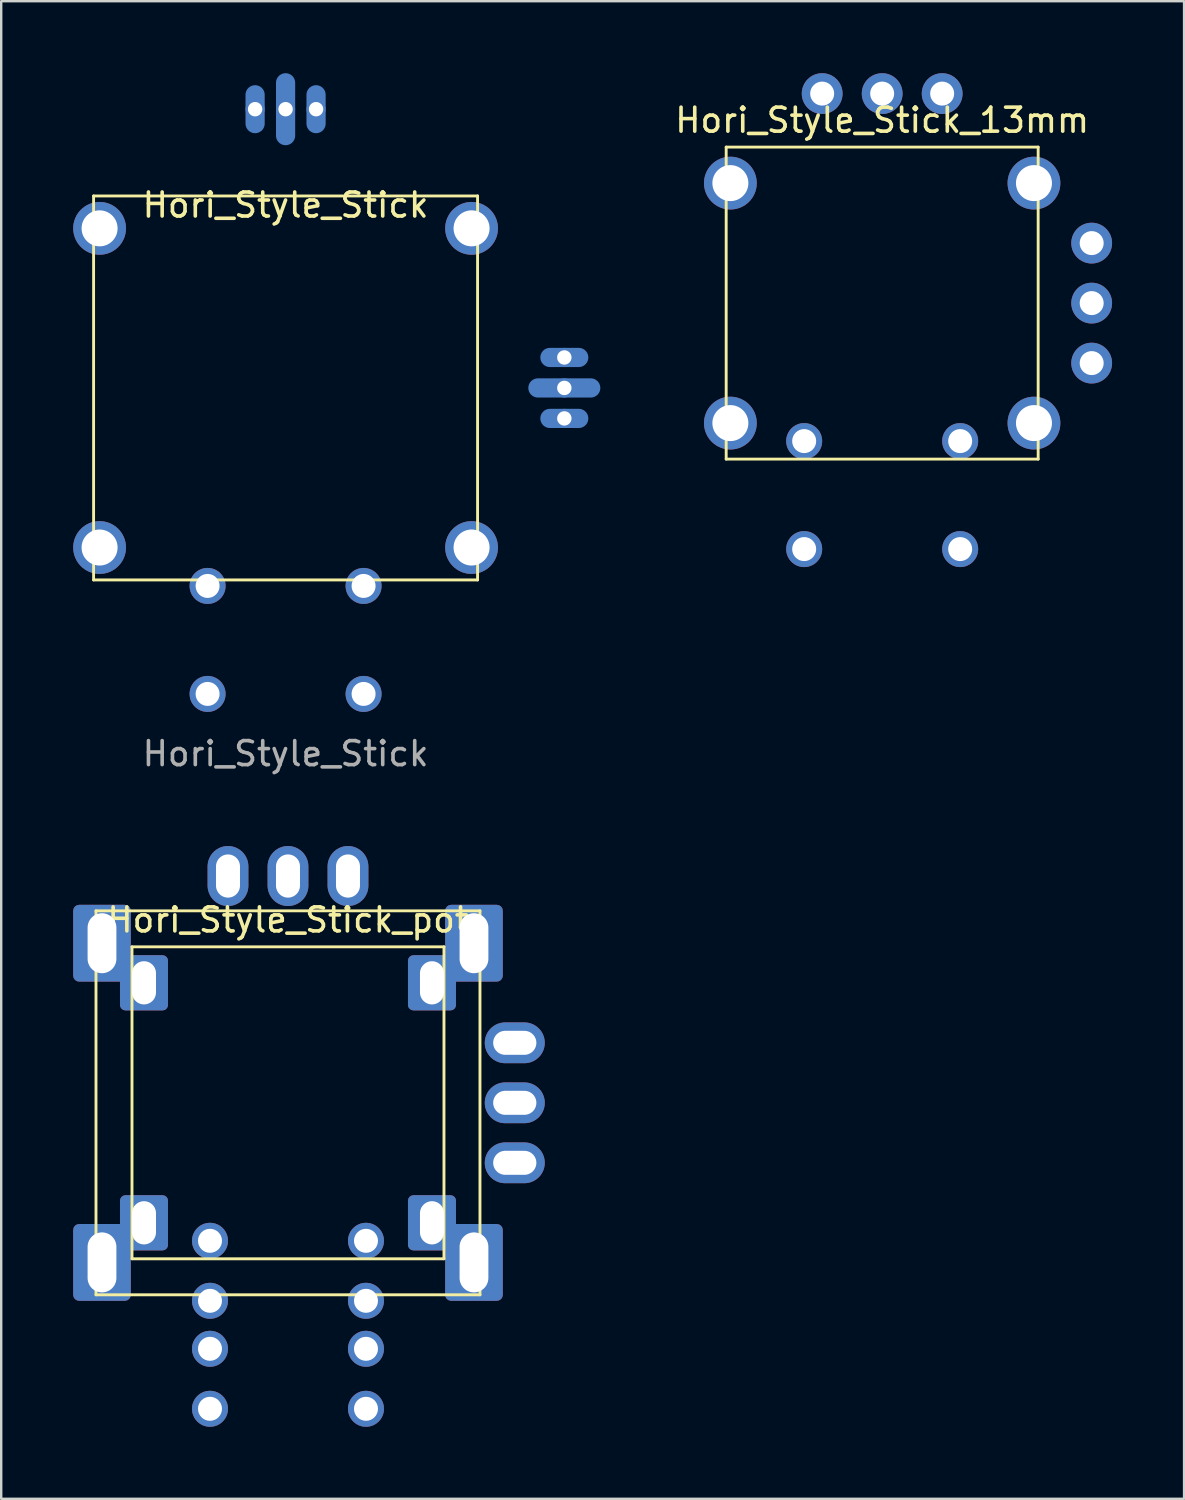
<source format=kicad_pcb>
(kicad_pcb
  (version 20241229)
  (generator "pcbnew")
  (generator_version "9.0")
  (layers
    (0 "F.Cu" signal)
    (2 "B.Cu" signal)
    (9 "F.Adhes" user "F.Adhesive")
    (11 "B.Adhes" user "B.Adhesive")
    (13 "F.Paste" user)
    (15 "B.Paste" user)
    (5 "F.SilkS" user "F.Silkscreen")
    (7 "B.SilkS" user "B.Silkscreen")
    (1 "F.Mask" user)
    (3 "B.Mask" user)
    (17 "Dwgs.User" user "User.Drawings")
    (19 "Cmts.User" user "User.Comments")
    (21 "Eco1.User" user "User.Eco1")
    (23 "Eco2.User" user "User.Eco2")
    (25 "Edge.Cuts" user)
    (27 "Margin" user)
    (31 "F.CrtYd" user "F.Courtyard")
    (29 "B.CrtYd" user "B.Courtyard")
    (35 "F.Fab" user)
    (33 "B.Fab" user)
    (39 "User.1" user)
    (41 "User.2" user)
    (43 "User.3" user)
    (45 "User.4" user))
  (footprint "Hori_Style_Stick_13mm"
    (layer "F.Cu")
    (at 33.709 9.58)
    (property "Reference" "Hori_Style_Stick_13mm" (at 0 -7.62 0) (unlocked yes) (layer "F.SilkS") (effects (font (size 1 1) (thickness 0.15))))
    (fp_line (start -6.5 6.5) (end -6.5 -6.5) (stroke (width 0.12) (type default)) (layer "F.SilkS"))
    (fp_line (start 6.5 -6.5) (end -6.5 -6.5) (stroke (width 0.12) (type default)) (layer "F.SilkS"))
    (fp_line (start 6.5 6.5) (end -6.5 6.5) (stroke (width 0.12) (type default)) (layer "F.SilkS"))
    (fp_line (start 6.5 6.5) (end 6.5 -6.5) (stroke (width 0.12) (type default)) (layer "F.SilkS"))
    (pad "1" thru_hole circle (at -6.325 -5) (size 2.2 2.2) (drill 1.5) (layers "*.Cu" "*.Mask"))
    (pad "1" thru_hole circle (at -6.325 5) (size 2.2 2.2) (drill 1.5) (layers "*.Cu" "*.Mask"))
    (pad "1" thru_hole circle (at -3.25 5.75) (size 1.5 1.5) (drill 1) (layers "*.Cu" "*.Mask"))
    (pad "1" thru_hole circle (at -2.5 -8.73) (size 1.7 1.7) (drill 1) (layers "*.Cu" "*.Mask"))
    (pad "1" thru_hole circle (at 3.25 5.75) (size 1.5 1.5) (drill 1) (layers "*.Cu" "*.Mask"))
    (pad "1" thru_hole circle (at 6.325 -5) (size 2.2 2.2) (drill 1.5) (layers "*.Cu" "*.Mask"))
    (pad "1" thru_hole circle (at 6.325 5) (size 2.2 2.2) (drill 1.5) (layers "*.Cu" "*.Mask"))
    (pad "1" thru_hole circle (at 8.73 -2.5 270) (size 1.7 1.7) (drill 1) (layers "*.Cu" "*.Mask"))
    (pad "2" thru_hole circle (at -3.25 10.25) (size 1.5 1.5) (drill 1) (layers "*.Cu" "*.Mask"))
    (pad "2" thru_hole circle (at 3.25 10.25) (size 1.5 1.5) (drill 1) (layers "*.Cu" "*.Mask"))
    (pad "3" thru_hole circle (at 2.5 -8.73) (size 1.7 1.7) (drill 1) (layers "*.Cu" "*.Mask"))
    (pad "3" thru_hole circle (at 8.73 2.5 270) (size 1.7 1.7) (drill 1) (layers "*.Cu" "*.Mask"))
    (pad "4" thru_hole circle (at 0 -8.73) (size 1.7 1.7) (drill 1) (layers "*.Cu" "*.Mask"))
    (pad "5" thru_hole circle (at 8.73 0 270) (size 1.7 1.7) (drill 1) (layers "*.Cu" "*.Mask")))
  (footprint "Hori_Style_Stick_pot"
    (layer "F.Cu")
    (at 8.95 42.903)
    (property "Reference" "Hori_Style_Stick_pot" (at 0 -7.62 0) (unlocked yes) (layer "F.SilkS") (effects (font (size 1 1) (thickness 0.15))))
    (fp_line (start -8 8) (end -8 -8) (stroke (width 0.12) (type default)) (layer "F.SilkS"))
    (fp_line (start -6.5 6.5) (end -6.5 -6.5) (stroke (width 0.12) (type default)) (layer "F.SilkS"))
    (fp_line (start 6.5 -6.5) (end -6.5 -6.5) (stroke (width 0.12) (type default)) (layer "F.SilkS"))
    (fp_line (start 6.5 6.5) (end -6.5 6.5) (stroke (width 0.12) (type default)) (layer "F.SilkS"))
    (fp_line (start 6.5 6.5) (end 6.5 -6.5) (stroke (width 0.12) (type default)) (layer "F.SilkS"))
    (fp_line (start 8 -8) (end -8 -8) (stroke (width 0.12) (type default)) (layer "F.SilkS"))
    (fp_line (start 8 -8) (end 8 8) (stroke (width 0.12) (type default)) (layer "F.SilkS"))
    (fp_line (start 8 8) (end -8 8) (stroke (width 0.12) (type default)) (layer "F.SilkS"))
    (pad "" thru_hole circle (at -3.25 5.75) (size 1.5 1.5) (drill 1) (layers "*.Cu" "*.Mask"))
    (pad "" thru_hole circle (at -3.25 8.25) (size 1.5 1.5) (drill 1) (layers "*.Cu" "*.Mask"))
    (pad "" thru_hole circle (at -3.25 10.25) (size 1.5 1.5) (drill 1) (layers "*.Cu" "*.Mask"))
    (pad "" thru_hole circle (at -3.25 12.75) (size 1.5 1.5) (drill 1) (layers "*.Cu" "*.Mask"))
    (pad "" thru_hole circle (at 3.25 5.75) (size 1.5 1.5) (drill 1) (layers "*.Cu" "*.Mask"))
    (pad "" thru_hole circle (at 3.25 8.25) (size 1.5 1.5) (drill 1) (layers "*.Cu" "*.Mask"))
    (pad "" thru_hole circle (at 3.25 10.25) (size 1.5 1.5) (drill 1) (layers "*.Cu" "*.Mask"))
    (pad "" thru_hole circle (at 3.25 12.75) (size 1.5 1.5) (drill 1) (layers "*.Cu" "*.Mask"))
    (pad "1" thru_hole roundrect (at -7.75 -6.65 90) (size 3.2 2.4) (drill oval 2.5 1.2) (layers "*.Cu" "*.Mask") (roundrect_rratio 0.104))
    (pad "1" thru_hole roundrect (at -7.75 6.65 90) (size 3.2 2.4) (drill oval 2.5 1.2) (layers "*.Cu" "*.Mask") (roundrect_rratio 0.104))
    (pad "1" thru_hole roundrect (at -6 -5) (size 2 2.3) (drill oval 1 1.8) (layers "*.Cu" "*.Mask") (roundrect_rratio 0.114))
    (pad "1" thru_hole roundrect (at -6 5) (size 2 2.3) (drill oval 1 1.8) (layers "*.Cu" "*.Mask") (roundrect_rratio 0.114))
    (pad "1" thru_hole oval (at 2.5 -9.45) (size 1.7 2.5) (drill oval 1 1.8) (layers "*.Cu" "*.Mask"))
    (pad "1" thru_hole roundrect (at 6 -5) (size 2 2.3) (drill oval 1 1.8) (layers "*.Cu" "*.Mask") (roundrect_rratio 0.114))
    (pad "1" thru_hole roundrect (at 6 5) (size 2 2.3) (drill oval 1 1.8) (layers "*.Cu" "*.Mask") (roundrect_rratio 0.114))
    (pad "1" thru_hole roundrect (at 7.75 -6.65 90) (size 3.2 2.4) (drill oval 2.5 1.2) (layers "*.Cu" "*.Mask") (roundrect_rratio 0.104))
    (pad "1" thru_hole roundrect (at 7.75 6.65 90) (size 3.2 2.4) (drill oval 2.5 1.2) (layers "*.Cu" "*.Mask") (roundrect_rratio 0.104))
    (pad "1" thru_hole oval (at 9.45 2.5) (size 2.5 1.7) (drill oval 1.8 1) (layers "*.Cu" "*.Mask"))
    (pad "3" thru_hole oval (at -2.5 -9.45) (size 1.7 2.5) (drill oval 1 1.8) (layers "*.Cu" "*.Mask"))
    (pad "3" thru_hole oval (at 9.45 -2.5) (size 2.5 1.7) (drill oval 1.8 1) (layers "*.Cu" "*.Mask"))
    (pad "4" thru_hole oval (at 0 -9.45) (size 1.7 2.5) (drill oval 1 1.8) (layers "*.Cu" "*.Mask"))
    (pad "5" thru_hole oval (at 9.45 0) (size 2.5 1.7) (drill oval 1.8 1) (layers "*.Cu" "*.Mask")))
  (footprint "Hori_Style_Stick"
    (layer "F.Cu")
    (at 8.85 13.115)
    (property "Reference" "Hori_Style_Stick" (at 0 -7.62 0) (unlocked yes) (layer "F.SilkS") (effects (font (size 1 1) (thickness 0.15))))
    (fp_line (start -8 8) (end -8 -8) (stroke (width 0.12) (type default)) (layer "F.SilkS"))
    (fp_line (start 8 -8) (end -8 -8) (stroke (width 0.12) (type default)) (layer "F.SilkS"))
    (fp_line (start 8 -8) (end 8 8) (stroke (width 0.12) (type default)) (layer "F.SilkS"))
    (fp_line (start 8 8) (end -8 8) (stroke (width 0.12) (type default)) (layer "F.SilkS"))
    (fp_text user "${REFERENCE}" (at 0 15.24 0) (unlocked yes) (layer "F.Fab") (effects (font (size 1 1) (thickness 0.15))))
    (pad "" thru_hole circle (at -7.75 -6.65) (size 2.2 2.2) (drill 1.5) (layers "*.Cu" "*.Mask"))
    (pad "" thru_hole circle (at -7.75 6.65) (size 2.2 2.2) (drill 1.5) (layers "*.Cu" "*.Mask"))
    (pad "" thru_hole circle (at -3.25 8.25) (size 1.5 1.5) (drill 1) (layers "*.Cu" "*.Mask"))
    (pad "" thru_hole circle (at -3.25 12.75) (size 1.5 1.5) (drill 1) (layers "*.Cu" "*.Mask"))
    (pad "" thru_hole circle (at 3.25 8.25) (size 1.5 1.5) (drill 1) (layers "*.Cu" "*.Mask"))
    (pad "" thru_hole circle (at 3.25 12.75) (size 1.5 1.5) (drill 1) (layers "*.Cu" "*.Mask"))
    (pad "" thru_hole circle (at 7.75 -6.65) (size 2.2 2.2) (drill 1.5) (layers "*.Cu" "*.Mask"))
    (pad "" thru_hole circle (at 7.75 6.65) (size 2.2 2.2) (drill 1.5) (layers "*.Cu" "*.Mask"))
    (pad "1" thru_hole circle (at 1.27 -11.615) (size 0.8 0.8) (drill 0.6) (layers "*.Cu" "B.Mask") (remove_unused_layers yes) (zone_layer_connections))
    (pad "1" smd oval (at 1.27 -11.615) (size 0.8 2) (layers "B.Cu" "B.Mask"))
    (pad "1" thru_hole circle (at 11.615 1.27 270) (size 0.8 0.8) (drill 0.6) (layers "*.Cu" "B.Mask") (remove_unused_layers yes) (zone_layer_connections))
    (pad "1" smd oval (at 11.615 1.27 270) (size 0.8 2) (layers "B.Cu" "B.Mask"))
    (pad "2" thru_hole circle (at 0 -11.615) (size 0.8 0.8) (drill 0.6) (layers "*.Cu" "B.Mask") (remove_unused_layers yes) (zone_layer_connections))
    (pad "2" smd oval (at 0 -11.615) (size 0.8 3) (layers "B.Cu" "B.Mask"))
    (pad "2" thru_hole circle (at 11.615 0 270) (size 0.8 0.8) (drill 0.6) (layers "*.Cu" "B.Mask") (remove_unused_layers yes) (zone_layer_connections))
    (pad "2" smd oval (at 11.615 0 270) (size 0.8 3) (layers "B.Cu" "B.Mask"))
    (pad "3" thru_hole circle (at -1.27 -11.615) (size 0.8 0.8) (drill 0.6) (layers "*.Cu" "B.Mask") (remove_unused_layers yes) (zone_layer_connections))
    (pad "3" smd oval (at -1.27 -11.615) (size 0.8 2) (layers "B.Cu" "B.Mask"))
    (pad "4" thru_hole circle (at 11.615 -1.27 270) (size 0.8 0.8) (drill 0.6) (layers "*.Cu" "B.Mask") (remove_unused_layers yes) (zone_layer_connections))
    (pad "4" smd oval (at 11.615 -1.27 270) (size 0.8 2) (layers "B.Cu" "B.Mask")))
  (gr_rect
    (start -3 -3)
    (end 46.289 59.403)
    (stroke (width 0.1) (type default))
    (fill no)
    (layer "Edge.Cuts")))
</source>
